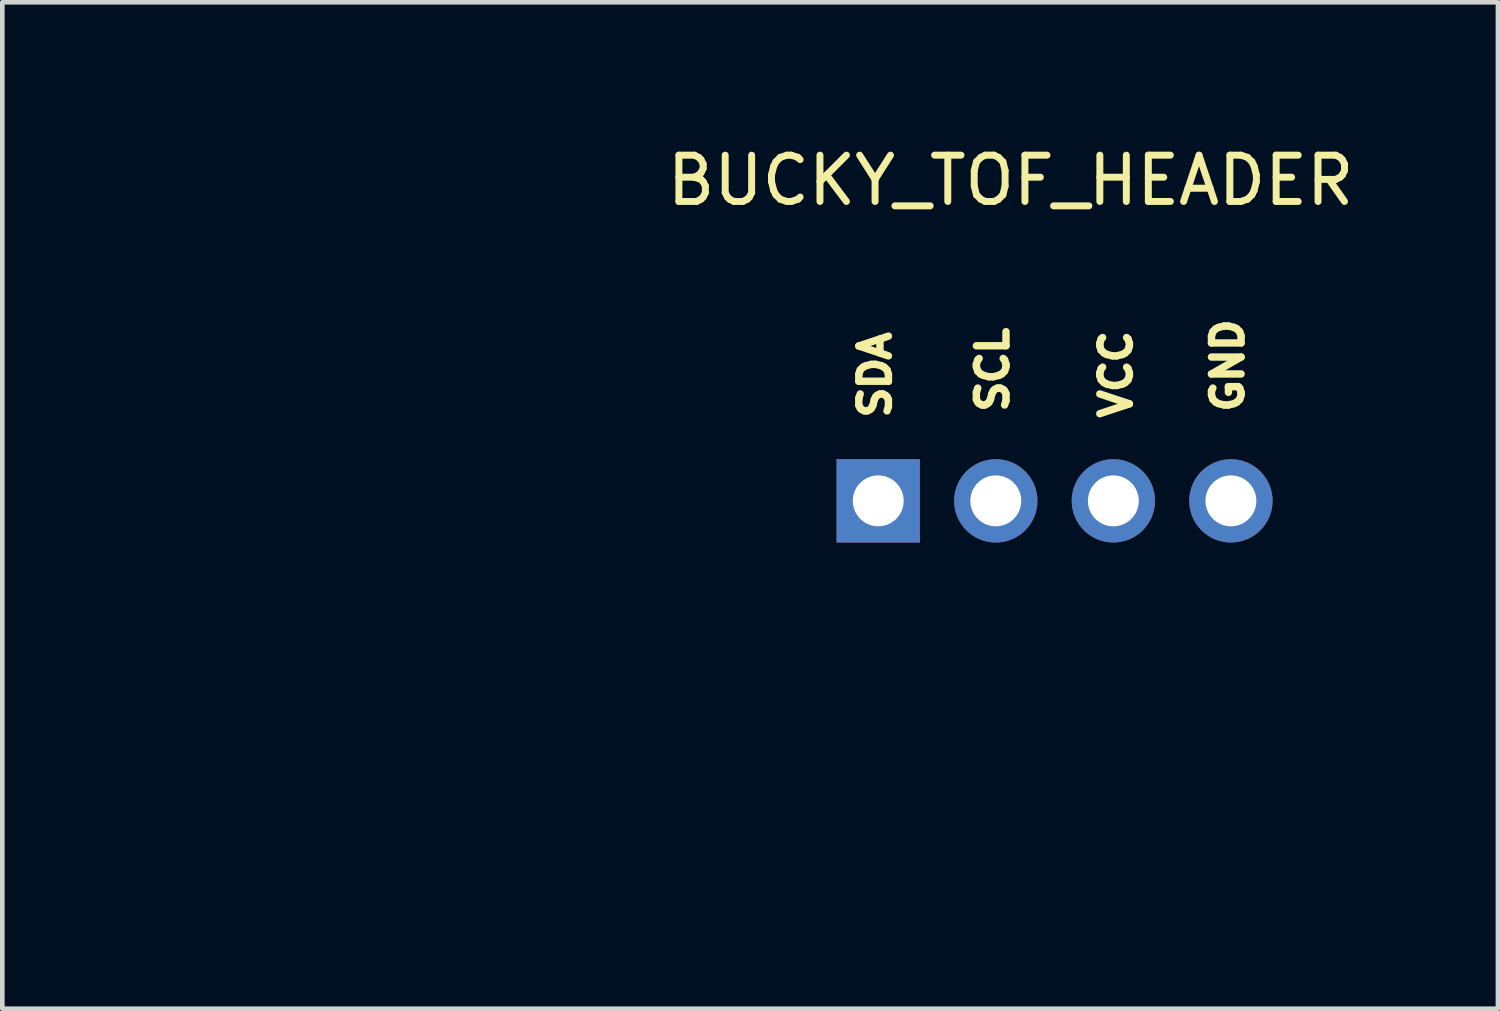
<source format=kicad_pcb>
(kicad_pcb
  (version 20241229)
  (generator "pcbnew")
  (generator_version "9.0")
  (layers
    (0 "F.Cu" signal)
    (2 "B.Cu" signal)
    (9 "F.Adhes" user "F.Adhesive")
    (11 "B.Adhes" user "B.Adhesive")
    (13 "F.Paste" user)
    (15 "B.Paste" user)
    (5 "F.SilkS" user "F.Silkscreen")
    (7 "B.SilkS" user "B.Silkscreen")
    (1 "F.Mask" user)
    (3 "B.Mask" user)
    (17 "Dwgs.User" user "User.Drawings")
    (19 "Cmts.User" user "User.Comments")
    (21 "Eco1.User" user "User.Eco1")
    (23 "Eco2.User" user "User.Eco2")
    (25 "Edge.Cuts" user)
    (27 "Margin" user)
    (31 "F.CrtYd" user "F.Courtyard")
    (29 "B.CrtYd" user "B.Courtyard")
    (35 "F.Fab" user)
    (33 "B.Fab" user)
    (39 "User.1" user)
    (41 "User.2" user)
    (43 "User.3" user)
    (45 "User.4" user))
  (footprint "BUCKY_TOF_HEADER"
    (layer "F.Cu")
    (at 18.786 2.372)
    (property "Reference" "BUCKY_TOF_HEADER" (at 0 -1.524 0) (unlocked yes) (layer "F.SilkS") (effects (font (size 1 1) (thickness 0.15))))
    (property "JLC_3DModel" "a" (at -17.78 12.7 90) (unlocked yes) (layer "User.9") (effects (font (size 1.27 1.27) (thickness 0.15))))
    (attr smd)
    (fp_text user "SDA" (at -3.302 3.683 90) (unlocked yes) (layer "F.SilkS") (effects (font (size 0.64 0.64) (thickness 0.2)) (justify left top)))
    (fp_text user "VCC" (at 1.905 3.683 90) (unlocked yes) (layer "F.SilkS") (effects (font (size 0.64 0.64) (thickness 0.2)) (justify left top)))
    (fp_text user "SCL" (at -0.762 3.556 90) (unlocked yes) (layer "F.SilkS") (effects (font (size 0.64 0.64) (thickness 0.2)) (justify left top)))
    (fp_text user "GND" (at 4.318 3.556 90) (unlocked yes) (layer "F.SilkS") (effects (font (size 0.64 0.64) (thickness 0.2)) (justify left top)))
    (pad "1" thru_hole rect (at -2.86 5.4) (size 1.8 1.8) (drill 1.1) (layers "*.Cu" "*.Mask"))
    (pad "2" thru_hole oval (at -0.32 5.4) (size 1.8 1.8) (drill 1.1) (layers "*.Cu" "*.Mask"))
    (pad "3" thru_hole oval (at 2.22 5.4) (size 1.8 1.8) (drill 1.1) (layers "*.Cu" "*.Mask"))
    (pad "4" thru_hole oval (at 4.76 5.4) (size 1.8 1.8) (drill 1.1) (layers "*.Cu" "*.Mask"))
    (zone (net_name "") (layer "User.4") (hatch edge 0.5) (priority 100) (connect_pads yes) (min_thickness 0) (filled_areas_thickness no) (fill yes) (polygon (pts (xy 15.606 7.452) (xy 16.246 7.452) (xy 16.246 8.092) (xy 15.606 8.092))) (filled_polygon (layer "User.4") (island) (pts (xy 15.606 7.452) (xy 16.246 7.452) (xy 16.246 8.092) (xy 15.606 8.092))))
    (zone (net_name "") (layer "User.4") (hatch edge 0.5) (priority 100) (connect_pads yes) (min_thickness 0) (filled_areas_thickness no) (fill yes) (polygon (pts (xy 18.146 7.452) (xy 18.786 7.452) (xy 18.786 8.092) (xy 18.146 8.092))) (filled_polygon (layer "User.4") (island) (pts (xy 18.146 7.452) (xy 18.786 7.452) (xy 18.786 8.092) (xy 18.146 8.092))))
    (zone (net_name "") (layer "User.4") (hatch edge 0.5) (priority 100) (connect_pads yes) (min_thickness 0) (filled_areas_thickness no) (fill yes) (polygon (pts (xy 20.686 7.452) (xy 21.326 7.452) (xy 21.326 8.092) (xy 20.686 8.092))) (filled_polygon (layer "User.4") (island) (pts (xy 20.686 7.452) (xy 21.326 7.452) (xy 21.326 8.092) (xy 20.686 8.092))))
    (zone (net_name "") (layer "User.4") (hatch edge 0.5) (priority 100) (connect_pads yes) (min_thickness 0) (filled_areas_thickness no) (fill yes) (polygon (pts (xy 23.226 7.452) (xy 23.866 7.452) (xy 23.866 8.092) (xy 23.226 8.092))) (filled_polygon (layer "User.4") (island) (pts (xy 23.226 7.452) (xy 23.866 7.452) (xy 23.866 8.092) (xy 23.226 8.092)))))
  (gr_rect
    (start -3 -3)
    (end 29.316 18.745)
    (stroke (width 0.1) (type default))
    (fill no)
    (layer "Edge.Cuts")))
</source>
